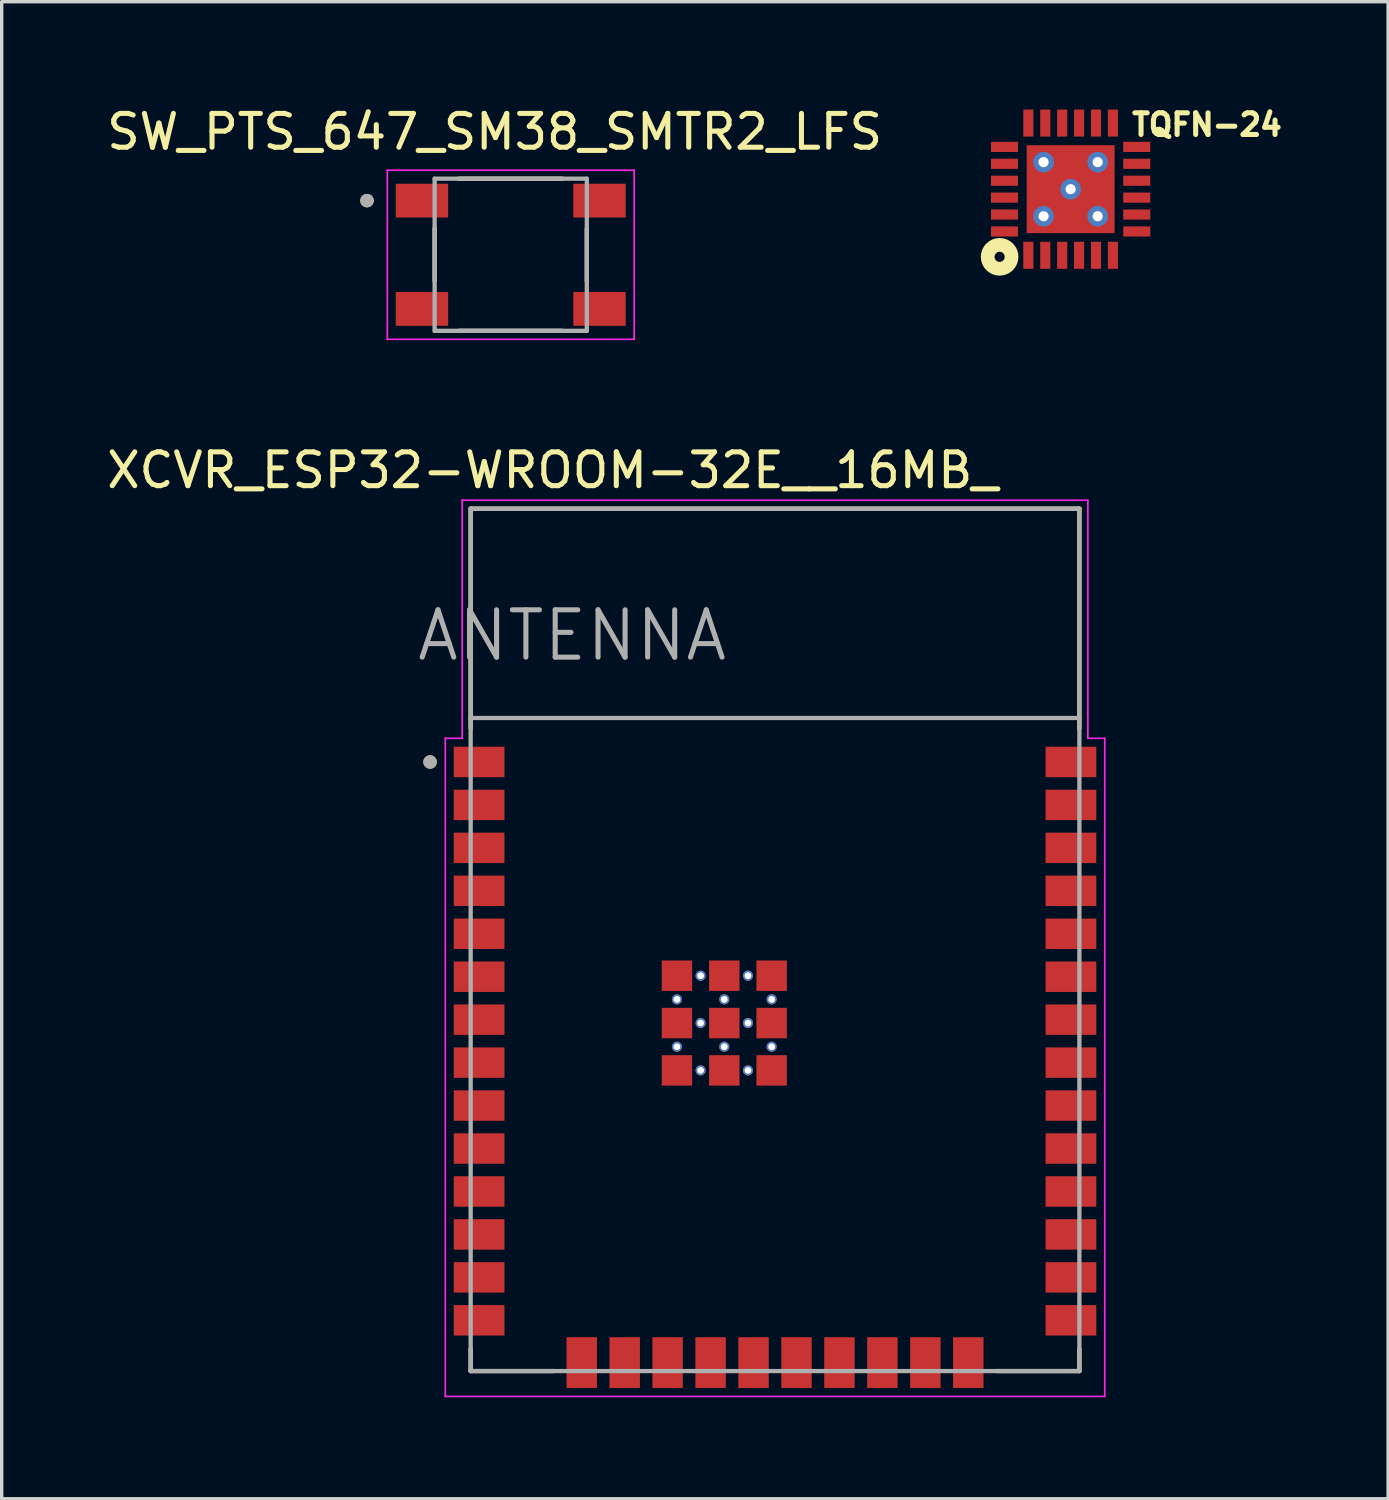
<source format=kicad_pcb>
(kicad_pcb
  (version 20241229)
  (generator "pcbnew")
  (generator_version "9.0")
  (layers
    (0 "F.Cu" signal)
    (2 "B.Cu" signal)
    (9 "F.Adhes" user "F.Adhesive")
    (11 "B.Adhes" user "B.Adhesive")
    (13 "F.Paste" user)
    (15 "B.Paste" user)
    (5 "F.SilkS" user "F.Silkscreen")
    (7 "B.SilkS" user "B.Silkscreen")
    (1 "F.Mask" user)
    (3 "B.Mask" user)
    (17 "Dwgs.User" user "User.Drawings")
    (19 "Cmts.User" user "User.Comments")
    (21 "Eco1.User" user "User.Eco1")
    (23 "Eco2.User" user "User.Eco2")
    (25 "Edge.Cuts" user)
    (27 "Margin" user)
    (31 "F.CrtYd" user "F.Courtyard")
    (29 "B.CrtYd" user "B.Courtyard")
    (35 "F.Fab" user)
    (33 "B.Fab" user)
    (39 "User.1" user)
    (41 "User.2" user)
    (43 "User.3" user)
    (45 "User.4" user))
  (footprint "SW_PTS_647_SM38_SMTR2_LFS"
    (layer "F.Cu")
    (at 12.052 4.483)
    (property "Reference" "SW_PTS_647_SM38_SMTR2_LFS" (at -0.475 -3.635 0) (layer "F.SilkS") (effects (font (size 1 1) (thickness 0.15))))
    (attr smd)
    (fp_line (start -2.25 -0.78) (end -2.25 0.78) (stroke (width 0.127) (type solid)) (layer "F.SilkS"))
    (fp_line (start -1.53 -2.25) (end 1.53 -2.25) (stroke (width 0.127) (type solid)) (layer "F.SilkS"))
    (fp_line (start -1.53 2.25) (end 1.53 2.25) (stroke (width 0.127) (type solid)) (layer "F.SilkS"))
    (fp_line (start 2.25 -0.78) (end 2.25 0.78) (stroke (width 0.127) (type solid)) (layer "F.SilkS"))
    (fp_circle (center -4.25 -1.6) (end -4.15 -1.6) (stroke (width 0.2) (type solid)) (fill no) (layer "F.SilkS"))
    (fp_line (start -3.65 -2.5) (end -3.65 2.5) (stroke (width 0.05) (type solid)) (layer "F.CrtYd"))
    (fp_line (start -3.65 2.5) (end 3.65 2.5) (stroke (width 0.05) (type solid)) (layer "F.CrtYd"))
    (fp_line (start 3.65 -2.5) (end -3.65 -2.5) (stroke (width 0.05) (type solid)) (layer "F.CrtYd"))
    (fp_line (start 3.65 2.5) (end 3.65 -2.5) (stroke (width 0.05) (type solid)) (layer "F.CrtYd"))
    (fp_line (start -2.25 -2.25) (end -2.25 2.25) (stroke (width 0.127) (type solid)) (layer "F.Fab"))
    (fp_line (start -2.25 2.25) (end 2.25 2.25) (stroke (width 0.127) (type solid)) (layer "F.Fab"))
    (fp_line (start 2.25 -2.25) (end -2.25 -2.25) (stroke (width 0.127) (type solid)) (layer "F.Fab"))
    (fp_line (start 2.25 2.25) (end 2.25 -2.25) (stroke (width 0.127) (type solid)) (layer "F.Fab"))
    (fp_circle (center -4.25 -1.6) (end -4.15 -1.6) (stroke (width 0.2) (type solid)) (fill no) (layer "F.Fab"))
    (pad "1" smd rect (at -2.625 -1.6) (size 1.55 1) (layers "F.Cu" "F.Mask" "F.Paste"))
    (pad "2" smd rect (at 2.625 -1.6) (size 1.55 1) (layers "F.Cu" "F.Mask" "F.Paste"))
    (pad "3" smd rect (at -2.625 1.6) (size 1.55 1) (layers "F.Cu" "F.Mask" "F.Paste"))
    (pad "4" smd rect (at 2.625 1.6) (size 1.55 1) (layers "F.Cu" "F.Mask" "F.Paste")))
  (footprint "TQFN-24"
    (layer "F.Cu")
    (at 28.608 2.544)
    (property "Reference" "TQFN-24" (at 4.032 -1.906 0) (layer "F.SilkS") (effects (font (size 0.64 0.64) (thickness 0.15))))
    (attr smd)
    (fp_poly (pts (xy -2.38 -1.43) (xy -1.53 -1.43) (xy -1.53 -1.07) (xy -2.38 -1.07)) (stroke (width 0.01) (type solid)) (fill yes) (layer "F.Mask"))
    (fp_poly (pts (xy -2.38 -0.93) (xy -1.53 -0.93) (xy -1.53 -0.57) (xy -2.38 -0.57)) (stroke (width 0.01) (type solid)) (fill yes) (layer "F.Mask"))
    (fp_poly (pts (xy -2.38 -0.43) (xy -1.53 -0.43) (xy -1.53 -0.07) (xy -2.38 -0.07)) (stroke (width 0.01) (type solid)) (fill yes) (layer "F.Mask"))
    (fp_poly (pts (xy -2.38 0.07) (xy -1.53 0.07) (xy -1.53 0.43) (xy -2.38 0.43)) (stroke (width 0.01) (type solid)) (fill yes) (layer "F.Mask"))
    (fp_poly (pts (xy -2.38 0.57) (xy -1.53 0.57) (xy -1.53 0.93) (xy -2.38 0.93)) (stroke (width 0.01) (type solid)) (fill yes) (layer "F.Mask"))
    (fp_poly (pts (xy -2.38 1.07) (xy -1.53 1.07) (xy -1.53 1.43) (xy -2.38 1.43)) (stroke (width 0.01) (type solid)) (fill yes) (layer "F.Mask"))
    (fp_poly (pts (xy -1.675 -2.135) (xy -0.825 -2.135) (xy -0.825 -1.775) (xy -1.675 -1.775)) (stroke (width 0.01) (type solid)) (fill yes) (layer "F.Mask"))
    (fp_poly (pts (xy -1.675 1.775) (xy -0.825 1.775) (xy -0.825 2.135) (xy -1.675 2.135)) (stroke (width 0.01) (type solid)) (fill yes) (layer "F.Mask"))
    (fp_poly (pts (xy -1.34 -1.34) (xy 1.34 -1.34) (xy 1.34 1.34) (xy -1.34 1.34)) (stroke (width 0.01) (type solid)) (fill yes) (layer "F.Mask"))
    (fp_poly (pts (xy -1.175 -2.135) (xy -0.325 -2.135) (xy -0.325 -1.775) (xy -1.175 -1.775)) (stroke (width 0.01) (type solid)) (fill yes) (layer "F.Mask"))
    (fp_poly (pts (xy -1.175 1.775) (xy -0.325 1.775) (xy -0.325 2.135) (xy -1.175 2.135)) (stroke (width 0.01) (type solid)) (fill yes) (layer "F.Mask"))
    (fp_poly (pts (xy -0.675 -2.135) (xy 0.175 -2.135) (xy 0.175 -1.775) (xy -0.675 -1.775)) (stroke (width 0.01) (type solid)) (fill yes) (layer "F.Mask"))
    (fp_poly (pts (xy -0.675 1.775) (xy 0.175 1.775) (xy 0.175 2.135) (xy -0.675 2.135)) (stroke (width 0.01) (type solid)) (fill yes) (layer "F.Mask"))
    (fp_poly (pts (xy -0.175 -2.135) (xy 0.675 -2.135) (xy 0.675 -1.775) (xy -0.175 -1.775)) (stroke (width 0.01) (type solid)) (fill yes) (layer "F.Mask"))
    (fp_poly (pts (xy -0.175 1.775) (xy 0.675 1.775) (xy 0.675 2.135) (xy -0.175 2.135)) (stroke (width 0.01) (type solid)) (fill yes) (layer "F.Mask"))
    (fp_poly (pts (xy 0.325 -2.135) (xy 1.175 -2.135) (xy 1.175 -1.775) (xy 0.325 -1.775)) (stroke (width 0.01) (type solid)) (fill yes) (layer "F.Mask"))
    (fp_poly (pts (xy 0.325 1.775) (xy 1.175 1.775) (xy 1.175 2.135) (xy 0.325 2.135)) (stroke (width 0.01) (type solid)) (fill yes) (layer "F.Mask"))
    (fp_poly (pts (xy 0.825 -2.135) (xy 1.675 -2.135) (xy 1.675 -1.775) (xy 0.825 -1.775)) (stroke (width 0.01) (type solid)) (fill yes) (layer "F.Mask"))
    (fp_poly (pts (xy 0.825 1.775) (xy 1.675 1.775) (xy 1.675 2.135) (xy 0.825 2.135)) (stroke (width 0.01) (type solid)) (fill yes) (layer "F.Mask"))
    (fp_poly (pts (xy 1.53 -1.43) (xy 2.38 -1.43) (xy 2.38 -1.07) (xy 1.53 -1.07)) (stroke (width 0.01) (type solid)) (fill yes) (layer "F.Mask"))
    (fp_poly (pts (xy 1.53 -0.93) (xy 2.38 -0.93) (xy 2.38 -0.57) (xy 1.53 -0.57)) (stroke (width 0.01) (type solid)) (fill yes) (layer "F.Mask"))
    (fp_poly (pts (xy 1.53 -0.43) (xy 2.38 -0.43) (xy 2.38 -0.07) (xy 1.53 -0.07)) (stroke (width 0.01) (type solid)) (fill yes) (layer "F.Mask"))
    (fp_poly (pts (xy 1.53 0.07) (xy 2.38 0.07) (xy 2.38 0.43) (xy 1.53 0.43)) (stroke (width 0.01) (type solid)) (fill yes) (layer "F.Mask"))
    (fp_poly (pts (xy 1.53 0.57) (xy 2.38 0.57) (xy 2.38 0.93) (xy 1.53 0.93)) (stroke (width 0.01) (type solid)) (fill yes) (layer "F.Mask"))
    (fp_poly (pts (xy 1.53 1.07) (xy 2.38 1.07) (xy 2.38 1.43) (xy 1.53 1.43)) (stroke (width 0.01) (type solid)) (fill yes) (layer "F.Mask"))
    (fp_circle (center -2.1 2) (end -1.95 2) (stroke (width 0.406) (type solid)) (fill no) (layer "F.SilkS"))
    (pad "1" smd rect (at -1.25 1.955) (size 0.3 0.8) (layers "F.Cu" "F.Paste"))
    (pad "2" smd rect (at -0.75 1.955) (size 0.3 0.8) (layers "F.Cu" "F.Paste"))
    (pad "3" smd rect (at -0.25 1.955) (size 0.3 0.8) (layers "F.Cu" "F.Paste"))
    (pad "4" smd rect (at 0.25 1.955) (size 0.3 0.8) (layers "F.Cu" "F.Paste"))
    (pad "5" smd rect (at 0.75 1.955) (size 0.3 0.8) (layers "F.Cu" "F.Paste"))
    (pad "6" smd rect (at 1.25 1.955) (size 0.3 0.8) (layers "F.Cu" "F.Paste"))
    (pad "7" smd rect (at 1.955 1.25) (size 0.8 0.3) (layers "F.Cu" "F.Paste"))
    (pad "8" smd rect (at 1.955 0.75) (size 0.8 0.3) (layers "F.Cu" "F.Paste"))
    (pad "9" smd rect (at 1.955 0.25) (size 0.8 0.3) (layers "F.Cu" "F.Paste"))
    (pad "10" smd rect (at 1.955 -0.25) (size 0.8 0.3) (layers "F.Cu" "F.Paste"))
    (pad "11" smd rect (at 1.955 -0.75) (size 0.8 0.3) (layers "F.Cu" "F.Paste"))
    (pad "12" smd rect (at 1.955 -1.25) (size 0.8 0.3) (layers "F.Cu" "F.Paste"))
    (pad "13" smd rect (at 1.25 -1.955) (size 0.3 0.8) (layers "F.Cu" "F.Paste"))
    (pad "14" smd rect (at 0.75 -1.955) (size 0.3 0.8) (layers "F.Cu" "F.Paste"))
    (pad "15" smd rect (at 0.25 -1.955) (size 0.3 0.8) (layers "F.Cu" "F.Paste"))
    (pad "16" smd rect (at -0.25 -1.955) (size 0.3 0.8) (layers "F.Cu" "F.Paste"))
    (pad "17" smd rect (at -0.75 -1.955) (size 0.3 0.8) (layers "F.Cu" "F.Paste"))
    (pad "18" smd rect (at -1.25 -1.955) (size 0.3 0.8) (layers "F.Cu" "F.Paste"))
    (pad "19" smd rect (at -1.955 -1.25) (size 0.8 0.3) (layers "F.Cu" "F.Paste"))
    (pad "20" smd rect (at -1.955 -0.75) (size 0.8 0.3) (layers "F.Cu" "F.Paste"))
    (pad "21" smd rect (at -1.955 -0.25) (size 0.8 0.3) (layers "F.Cu" "F.Paste"))
    (pad "22" smd rect (at -1.955 0.25) (size 0.8 0.3) (layers "F.Cu" "F.Paste"))
    (pad "23" smd rect (at -1.955 0.75) (size 0.8 0.3) (layers "F.Cu" "F.Paste"))
    (pad "24" smd rect (at -1.955 1.25) (size 0.8 0.3) (layers "F.Cu" "F.Paste"))
    (pad "EP" smd rect (at 0 0) (size 2.6 2.6) (layers "F.Cu" "F.Paste"))
    (pad "P$1" thru_hole circle (at -0.8 -0.8) (size 0.61 0.61) (drill 0.3) (layers "*.Cu" "*.Mask"))
    (pad "P$2" thru_hole circle (at 0.8 -0.8) (size 0.61 0.61) (drill 0.3) (layers "*.Cu" "*.Mask"))
    (pad "P$3" thru_hole circle (at -0.8 0.8) (size 0.61 0.61) (drill 0.3) (layers "*.Cu" "*.Mask"))
    (pad "P$4" thru_hole circle (at 0.8 0.8) (size 0.61 0.61) (drill 0.3) (layers "*.Cu" "*.Mask"))
    (pad "P$5" thru_hole circle (at 0 0) (size 0.61 0.61) (drill 0.3) (layers "*.Cu" "*.Mask")))
  (footprint "XCVR_ESP32-WROOM-32E__16MB_"
    (layer "F.Cu")
    (at 19.867 24.741)
    (property "Reference" "XCVR_ESP32-WROOM-32E__16MB_" (at -6.575 -13.885 0) (layer "F.SilkS") (effects (font (size 1 1) (thickness 0.15))))
    (attr smd)
    (fp_line (start -9 -12.75) (end 9 -12.75) (stroke (width 0.127) (type solid)) (layer "F.SilkS"))
    (fp_line (start -9 -6.25) (end -9 -12.75) (stroke (width 0.127) (type solid)) (layer "F.SilkS"))
    (fp_line (start -9 12.1) (end -9 12.75) (stroke (width 0.127) (type solid)) (layer "F.SilkS"))
    (fp_line (start -9 12.75) (end -6.55 12.75) (stroke (width 0.127) (type solid)) (layer "F.SilkS"))
    (fp_line (start 6.55 12.75) (end 9 12.75) (stroke (width 0.127) (type solid)) (layer "F.SilkS"))
    (fp_line (start 9 -12.75) (end 9 -6.25) (stroke (width 0.127) (type solid)) (layer "F.SilkS"))
    (fp_line (start 9 12.75) (end 9 12.1) (stroke (width 0.127) (type solid)) (layer "F.SilkS"))
    (fp_circle (center -10.2 -5.26) (end -10.1 -5.26) (stroke (width 0.2) (type solid)) (fill no) (layer "F.SilkS"))
    (fp_line (start -9.75 -5.96) (end -9.25 -5.96) (stroke (width 0.05) (type solid)) (layer "F.CrtYd"))
    (fp_line (start -9.75 13.5) (end -9.75 -5.96) (stroke (width 0.05) (type solid)) (layer "F.CrtYd"))
    (fp_line (start -9.25 -13) (end 9.25 -13) (stroke (width 0.05) (type solid)) (layer "F.CrtYd"))
    (fp_line (start -9.25 -5.96) (end -9.25 -13) (stroke (width 0.05) (type solid)) (layer "F.CrtYd"))
    (fp_line (start 9.25 -13) (end 9.25 -5.96) (stroke (width 0.05) (type solid)) (layer "F.CrtYd"))
    (fp_line (start 9.25 -5.96) (end 9.75 -5.96) (stroke (width 0.05) (type solid)) (layer "F.CrtYd"))
    (fp_line (start 9.75 -5.96) (end 9.75 13.5) (stroke (width 0.05) (type solid)) (layer "F.CrtYd"))
    (fp_line (start 9.75 13.5) (end -9.75 13.5) (stroke (width 0.05) (type solid)) (layer "F.CrtYd"))
    (fp_line (start -9 -12.75) (end -9 -6.56) (stroke (width 0.127) (type solid)) (layer "F.Fab"))
    (fp_line (start -9 -12.75) (end 9 -12.75) (stroke (width 0.127) (type solid)) (layer "F.Fab"))
    (fp_line (start -9 -6.56) (end 9 -6.56) (stroke (width 0.127) (type solid)) (layer "F.Fab"))
    (fp_line (start -9 12.75) (end -9 -6.56) (stroke (width 0.127) (type solid)) (layer "F.Fab"))
    (fp_line (start 9 -12.75) (end 9 -6.56) (stroke (width 0.127) (type solid)) (layer "F.Fab"))
    (fp_line (start 9 -6.56) (end 9 12.75) (stroke (width 0.127) (type solid)) (layer "F.Fab"))
    (fp_line (start 9 12.75) (end -9 12.75) (stroke (width 0.127) (type solid)) (layer "F.Fab"))
    (fp_circle (center -10.2 -5.26) (end -10.1 -5.26) (stroke (width 0.2) (type solid)) (fill no) (layer "F.Fab"))
    (fp_text user "ANTENNA" (at -6 -9 0) (layer "F.Fab") (effects (font (size 1.4 1.4) (thickness 0.15))))
    (pad "1" smd rect (at -8.75 -5.26) (size 1.5 0.9) (layers "F.Cu" "F.Mask" "F.Paste"))
    (pad "2" smd rect (at -8.75 -3.99) (size 1.5 0.9) (layers "F.Cu" "F.Mask" "F.Paste"))
    (pad "3" smd rect (at -8.75 -2.72) (size 1.5 0.9) (layers "F.Cu" "F.Mask" "F.Paste"))
    (pad "4" smd rect (at -8.75 -1.45) (size 1.5 0.9) (layers "F.Cu" "F.Mask" "F.Paste"))
    (pad "5" smd rect (at -8.75 -0.18) (size 1.5 0.9) (layers "F.Cu" "F.Mask" "F.Paste"))
    (pad "6" smd rect (at -8.75 1.09) (size 1.5 0.9) (layers "F.Cu" "F.Mask" "F.Paste"))
    (pad "7" smd rect (at -8.75 2.36) (size 1.5 0.9) (layers "F.Cu" "F.Mask" "F.Paste"))
    (pad "8" smd rect (at -8.75 3.63) (size 1.5 0.9) (layers "F.Cu" "F.Mask" "F.Paste"))
    (pad "9" smd rect (at -8.75 4.9) (size 1.5 0.9) (layers "F.Cu" "F.Mask" "F.Paste"))
    (pad "10" smd rect (at -8.75 6.17) (size 1.5 0.9) (layers "F.Cu" "F.Mask" "F.Paste"))
    (pad "11" smd rect (at -8.75 7.44) (size 1.5 0.9) (layers "F.Cu" "F.Mask" "F.Paste"))
    (pad "12" smd rect (at -8.75 8.71) (size 1.5 0.9) (layers "F.Cu" "F.Mask" "F.Paste"))
    (pad "13" smd rect (at -8.75 9.98) (size 1.5 0.9) (layers "F.Cu" "F.Mask" "F.Paste"))
    (pad "14" smd rect (at -8.75 11.25) (size 1.5 0.9) (layers "F.Cu" "F.Mask" "F.Paste"))
    (pad "15" smd rect (at -5.715 12.5) (size 0.9 1.5) (layers "F.Cu" "F.Mask" "F.Paste"))
    (pad "16" smd rect (at -4.445 12.5) (size 0.9 1.5) (layers "F.Cu" "F.Mask" "F.Paste"))
    (pad "17" smd rect (at -3.175 12.5) (size 0.9 1.5) (layers "F.Cu" "F.Mask" "F.Paste"))
    (pad "18" smd rect (at -1.905 12.5) (size 0.9 1.5) (layers "F.Cu" "F.Mask" "F.Paste"))
    (pad "19" smd rect (at -0.635 12.5) (size 0.9 1.5) (layers "F.Cu" "F.Mask" "F.Paste"))
    (pad "20" smd rect (at 0.635 12.5) (size 0.9 1.5) (layers "F.Cu" "F.Mask" "F.Paste"))
    (pad "21" smd rect (at 1.905 12.5) (size 0.9 1.5) (layers "F.Cu" "F.Mask" "F.Paste"))
    (pad "22" smd rect (at 3.175 12.5) (size 0.9 1.5) (layers "F.Cu" "F.Mask" "F.Paste"))
    (pad "23" smd rect (at 4.445 12.5) (size 0.9 1.5) (layers "F.Cu" "F.Mask" "F.Paste"))
    (pad "24" smd rect (at 5.715 12.5) (size 0.9 1.5) (layers "F.Cu" "F.Mask" "F.Paste"))
    (pad "25" smd rect (at 8.75 11.25) (size 1.5 0.9) (layers "F.Cu" "F.Mask" "F.Paste"))
    (pad "26" smd rect (at 8.75 9.98) (size 1.5 0.9) (layers "F.Cu" "F.Mask" "F.Paste"))
    (pad "27" smd rect (at 8.75 8.71) (size 1.5 0.9) (layers "F.Cu" "F.Mask" "F.Paste"))
    (pad "28" smd rect (at 8.75 7.44) (size 1.5 0.9) (layers "F.Cu" "F.Mask" "F.Paste"))
    (pad "29" smd rect (at 8.75 6.17) (size 1.5 0.9) (layers "F.Cu" "F.Mask" "F.Paste"))
    (pad "30" smd rect (at 8.75 4.9) (size 1.5 0.9) (layers "F.Cu" "F.Mask" "F.Paste"))
    (pad "31" smd rect (at 8.75 3.63) (size 1.5 0.9) (layers "F.Cu" "F.Mask" "F.Paste"))
    (pad "32" smd rect (at 8.75 2.36) (size 1.5 0.9) (layers "F.Cu" "F.Mask" "F.Paste"))
    (pad "33" smd rect (at 8.75 1.09) (size 1.5 0.9) (layers "F.Cu" "F.Mask" "F.Paste"))
    (pad "34" smd rect (at 8.75 -0.18) (size 1.5 0.9) (layers "F.Cu" "F.Mask" "F.Paste"))
    (pad "35" smd rect (at 8.75 -1.45) (size 1.5 0.9) (layers "F.Cu" "F.Mask" "F.Paste"))
    (pad "36" smd rect (at 8.75 -2.72) (size 1.5 0.9) (layers "F.Cu" "F.Mask" "F.Paste"))
    (pad "37" smd rect (at 8.75 -3.99) (size 1.5 0.9) (layers "F.Cu" "F.Mask" "F.Paste"))
    (pad "38" smd rect (at 8.75 -5.26) (size 1.5 0.9) (layers "F.Cu" "F.Mask" "F.Paste"))
    (pad "39_1" smd rect (at -2.9 1.06) (size 0.9 0.9) (layers "F.Cu" "F.Mask" "F.Paste"))
    (pad "39_2" smd rect (at -1.5 1.06) (size 0.9 0.9) (layers "F.Cu" "F.Mask" "F.Paste"))
    (pad "39_3" smd rect (at -0.1 1.06) (size 0.9 0.9) (layers "F.Cu" "F.Mask" "F.Paste"))
    (pad "39_4" smd rect (at -2.9 2.46) (size 0.9 0.9) (layers "F.Cu" "F.Mask" "F.Paste"))
    (pad "39_5" smd rect (at -1.5 2.46) (size 0.9 0.9) (layers "F.Cu" "F.Mask" "F.Paste"))
    (pad "39_6" smd rect (at -0.1 2.46) (size 0.9 0.9) (layers "F.Cu" "F.Mask" "F.Paste"))
    (pad "39_7" smd rect (at -2.9 3.86) (size 0.9 0.9) (layers "F.Cu" "F.Mask" "F.Paste"))
    (pad "39_8" smd rect (at -1.5 3.86) (size 0.9 0.9) (layers "F.Cu" "F.Mask" "F.Paste"))
    (pad "39_9" smd rect (at -0.1 3.86) (size 0.9 0.9) (layers "F.Cu" "F.Mask" "F.Paste"))
    (pad "39_10" thru_hole circle (at -2.2 1.06) (size 0.3 0.3) (drill 0.2) (layers "*.Cu"))
    (pad "39_11" thru_hole circle (at -0.8 1.06) (size 0.3 0.3) (drill 0.2) (layers "*.Cu"))
    (pad "39_12" thru_hole circle (at -2.9 1.76) (size 0.3 0.3) (drill 0.2) (layers "*.Cu"))
    (pad "39_13" thru_hole circle (at -1.5 1.76) (size 0.3 0.3) (drill 0.2) (layers "*.Cu"))
    (pad "39_14" thru_hole circle (at -0.1 1.76) (size 0.3 0.3) (drill 0.2) (layers "*.Cu"))
    (pad "39_15" thru_hole circle (at -2.2 2.46) (size 0.3 0.3) (drill 0.2) (layers "*.Cu"))
    (pad "39_16" thru_hole circle (at -0.8 2.46) (size 0.3 0.3) (drill 0.2) (layers "*.Cu"))
    (pad "39_17" thru_hole circle (at -2.9 3.16) (size 0.3 0.3) (drill 0.2) (layers "*.Cu"))
    (pad "39_18" thru_hole circle (at -1.5 3.16) (size 0.3 0.3) (drill 0.2) (layers "*.Cu"))
    (pad "39_19" thru_hole circle (at -0.1 3.16) (size 0.3 0.3) (drill 0.2) (layers "*.Cu"))
    (pad "39_20" thru_hole circle (at -2.2 3.86) (size 0.3 0.3) (drill 0.2) (layers "*.Cu"))
    (pad "39_21" thru_hole circle (at -0.8 3.86) (size 0.3 0.3) (drill 0.2) (layers "*.Cu"))
    (zone (net_name "") (layer "F.Cu") (hatch full 0.508) (connect_pads) (min_thickness 0.01) (filled_areas_thickness no) (keepout (tracks not_allowed) (vias not_allowed) (pads not_allowed) (copperpour not_allowed) (footprints allowed)) (placement (enabled no)) (fill) (polygon (pts (xy 10.867 11.992) (xy 28.867 11.992) (xy 28.867 18.181) (xy 10.867 18.181))))
    (zone (net_name "") (layers "F.Cu" "B.Cu") (hatch full 0.508) (connect_pads) (min_thickness 0.01) (filled_areas_thickness no) (keepout (tracks allowed) (vias not_allowed) (pads allowed) (copperpour allowed) (footprints allowed)) (placement (enabled no)) (fill) (polygon (pts (xy 10.867 11.992) (xy 28.867 11.992) (xy 28.867 18.181) (xy 10.867 18.181)))))
  (gr_rect
    (start -3 -3)
    (end 37.995 41.267)
    (stroke (width 0.1) (type default))
    (fill no)
    (layer "Edge.Cuts")))
</source>
